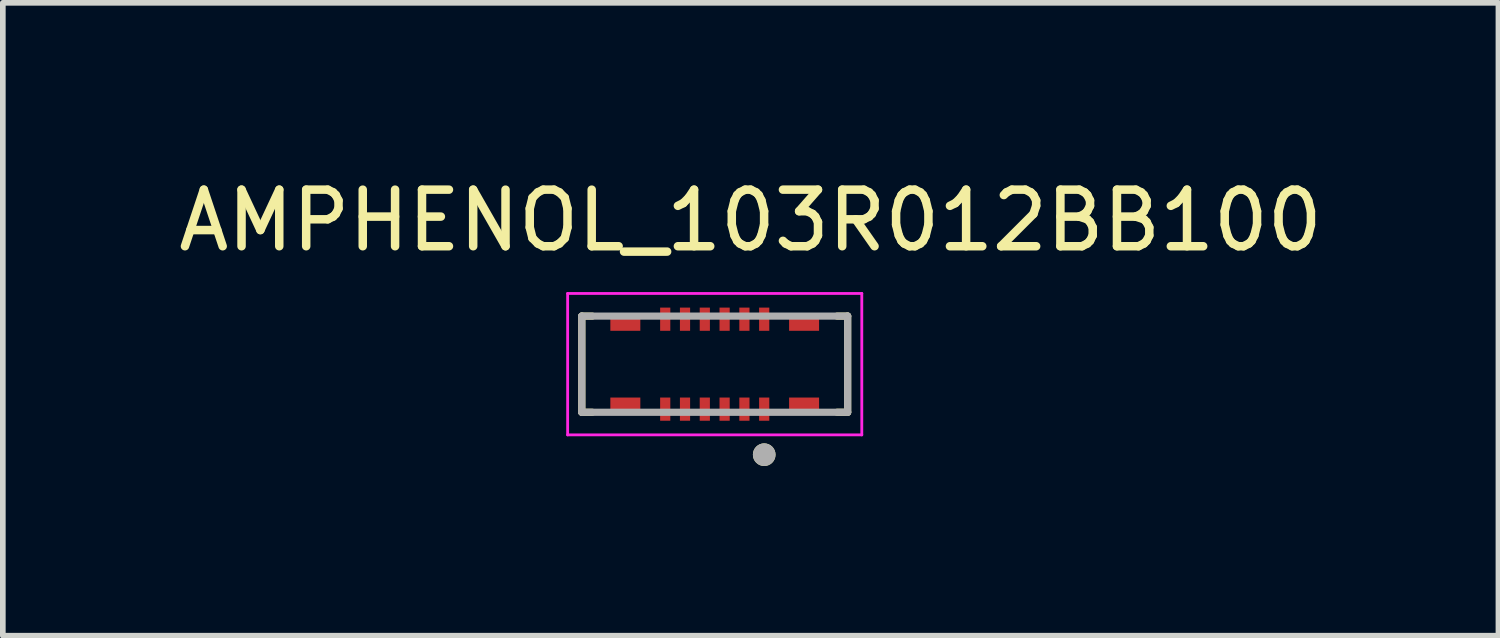
<source format=kicad_pcb>
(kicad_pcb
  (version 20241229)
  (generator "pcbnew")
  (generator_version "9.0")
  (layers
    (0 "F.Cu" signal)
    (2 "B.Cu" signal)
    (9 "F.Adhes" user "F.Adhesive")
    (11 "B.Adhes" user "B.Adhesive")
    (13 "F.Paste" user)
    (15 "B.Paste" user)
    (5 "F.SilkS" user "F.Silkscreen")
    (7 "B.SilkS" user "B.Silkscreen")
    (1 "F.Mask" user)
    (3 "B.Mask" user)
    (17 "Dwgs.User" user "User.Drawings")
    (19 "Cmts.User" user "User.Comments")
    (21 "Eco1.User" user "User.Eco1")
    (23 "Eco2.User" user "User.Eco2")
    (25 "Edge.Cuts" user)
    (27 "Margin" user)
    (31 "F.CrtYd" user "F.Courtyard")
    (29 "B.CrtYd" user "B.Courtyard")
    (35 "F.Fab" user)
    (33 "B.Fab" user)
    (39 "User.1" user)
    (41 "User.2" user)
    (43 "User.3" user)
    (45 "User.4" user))
  (footprint "AMPHENOL_103R012BB100"
    (layer "F.Cu")
    (at 9.585 3.388)
    (property "Reference" "AMPHENOL_103R012BB100" (at 0.635 -2.54 0) (layer "F.SilkS") (effects (font (size 1 1) (thickness 0.15))))
    (attr smd)
    (fp_poly (pts (xy -1.895 -0.95) (xy -1.265 -0.95) (xy -1.265 -0.54) (xy -1.895 -0.54)) (stroke (width 0.01) (type solid)) (fill yes) (layer "F.Mask"))
    (fp_poly (pts (xy -1.895 0.54) (xy -1.265 0.54) (xy -1.265 0.95) (xy -1.895 0.95)) (stroke (width 0.01) (type solid)) (fill yes) (layer "F.Mask"))
    (fp_poly (pts (xy -1.015 -1.05) (xy -0.735 -1.05) (xy -0.735 -0.54) (xy -1.015 -0.54)) (stroke (width 0.01) (type solid)) (fill yes) (layer "F.Mask"))
    (fp_poly (pts (xy -1.015 0.54) (xy -0.735 0.54) (xy -0.735 1.05) (xy -1.015 1.05)) (stroke (width 0.01) (type solid)) (fill yes) (layer "F.Mask"))
    (fp_poly (pts (xy -0.665 -1.05) (xy -0.385 -1.05) (xy -0.385 -0.54) (xy -0.665 -0.54)) (stroke (width 0.01) (type solid)) (fill yes) (layer "F.Mask"))
    (fp_poly (pts (xy -0.665 0.54) (xy -0.385 0.54) (xy -0.385 1.05) (xy -0.665 1.05)) (stroke (width 0.01) (type solid)) (fill yes) (layer "F.Mask"))
    (fp_poly (pts (xy -0.315 -1.05) (xy -0.035 -1.05) (xy -0.035 -0.54) (xy -0.315 -0.54)) (stroke (width 0.01) (type solid)) (fill yes) (layer "F.Mask"))
    (fp_poly (pts (xy -0.315 0.54) (xy -0.035 0.54) (xy -0.035 1.05) (xy -0.315 1.05)) (stroke (width 0.01) (type solid)) (fill yes) (layer "F.Mask"))
    (fp_poly (pts (xy 0.035 -1.05) (xy 0.315 -1.05) (xy 0.315 -0.54) (xy 0.035 -0.54)) (stroke (width 0.01) (type solid)) (fill yes) (layer "F.Mask"))
    (fp_poly (pts (xy 0.035 0.54) (xy 0.315 0.54) (xy 0.315 1.05) (xy 0.035 1.05)) (stroke (width 0.01) (type solid)) (fill yes) (layer "F.Mask"))
    (fp_poly (pts (xy 0.385 -1.05) (xy 0.665 -1.05) (xy 0.665 -0.54) (xy 0.385 -0.54)) (stroke (width 0.01) (type solid)) (fill yes) (layer "F.Mask"))
    (fp_poly (pts (xy 0.385 0.54) (xy 0.665 0.54) (xy 0.665 1.05) (xy 0.385 1.05)) (stroke (width 0.01) (type solid)) (fill yes) (layer "F.Mask"))
    (fp_poly (pts (xy 0.735 -1.05) (xy 1.015 -1.05) (xy 1.015 -0.54) (xy 0.735 -0.54)) (stroke (width 0.01) (type solid)) (fill yes) (layer "F.Mask"))
    (fp_poly (pts (xy 0.735 0.54) (xy 1.015 0.54) (xy 1.015 1.05) (xy 0.735 1.05)) (stroke (width 0.01) (type solid)) (fill yes) (layer "F.Mask"))
    (fp_poly (pts (xy 1.265 -0.95) (xy 1.895 -0.95) (xy 1.895 -0.54) (xy 1.265 -0.54)) (stroke (width 0.01) (type solid)) (fill yes) (layer "F.Mask"))
    (fp_poly (pts (xy 1.265 0.54) (xy 1.895 0.54) (xy 1.895 0.95) (xy 1.265 0.95)) (stroke (width 0.01) (type solid)) (fill yes) (layer "F.Mask"))
    (fp_line (start -2.35 -0.85) (end -2.165 -0.85) (stroke (width 0.127) (type solid)) (layer "F.SilkS"))
    (fp_line (start -2.35 0.85) (end -2.35 -0.85) (stroke (width 0.127) (type solid)) (layer "F.SilkS"))
    (fp_line (start -2.165 0.85) (end -2.35 0.85) (stroke (width 0.127) (type solid)) (layer "F.SilkS"))
    (fp_line (start 2.165 -0.85) (end 2.35 -0.85) (stroke (width 0.127) (type solid)) (layer "F.SilkS"))
    (fp_line (start 2.35 -0.85) (end 2.35 0.85) (stroke (width 0.127) (type solid)) (layer "F.SilkS"))
    (fp_line (start 2.35 0.85) (end 2.165 0.85) (stroke (width 0.127) (type solid)) (layer "F.SilkS"))
    (fp_circle (center 0.875 1.6) (end 0.975 1.6) (stroke (width 0.2) (type solid)) (fill no) (layer "F.SilkS"))
    (fp_poly (pts (xy -1.845 -0.9) (xy -1.315 -0.9) (xy -1.315 -0.59) (xy -1.845 -0.59)) (stroke (width 0.01) (type solid)) (fill yes) (layer "F.Paste"))
    (fp_poly (pts (xy -1.845 0.59) (xy -1.315 0.59) (xy -1.315 0.9) (xy -1.845 0.9)) (stroke (width 0.01) (type solid)) (fill yes) (layer "F.Paste"))
    (fp_poly (pts (xy -0.965 -1) (xy -0.785 -1) (xy -0.785 -0.59) (xy -0.965 -0.59)) (stroke (width 0.01) (type solid)) (fill yes) (layer "F.Paste"))
    (fp_poly (pts (xy -0.965 0.59) (xy -0.785 0.59) (xy -0.785 1) (xy -0.965 1)) (stroke (width 0.01) (type solid)) (fill yes) (layer "F.Paste"))
    (fp_poly (pts (xy -0.615 -1) (xy -0.435 -1) (xy -0.435 -0.59) (xy -0.615 -0.59)) (stroke (width 0.01) (type solid)) (fill yes) (layer "F.Paste"))
    (fp_poly (pts (xy -0.615 0.59) (xy -0.435 0.59) (xy -0.435 1) (xy -0.615 1)) (stroke (width 0.01) (type solid)) (fill yes) (layer "F.Paste"))
    (fp_poly (pts (xy -0.265 -1) (xy -0.085 -1) (xy -0.085 -0.59) (xy -0.265 -0.59)) (stroke (width 0.01) (type solid)) (fill yes) (layer "F.Paste"))
    (fp_poly (pts (xy -0.265 0.59) (xy -0.085 0.59) (xy -0.085 1) (xy -0.265 1)) (stroke (width 0.01) (type solid)) (fill yes) (layer "F.Paste"))
    (fp_poly (pts (xy 0.085 -1) (xy 0.265 -1) (xy 0.265 -0.59) (xy 0.085 -0.59)) (stroke (width 0.01) (type solid)) (fill yes) (layer "F.Paste"))
    (fp_poly (pts (xy 0.085 0.59) (xy 0.265 0.59) (xy 0.265 1) (xy 0.085 1)) (stroke (width 0.01) (type solid)) (fill yes) (layer "F.Paste"))
    (fp_poly (pts (xy 0.435 -1) (xy 0.615 -1) (xy 0.615 -0.59) (xy 0.435 -0.59)) (stroke (width 0.01) (type solid)) (fill yes) (layer "F.Paste"))
    (fp_poly (pts (xy 0.435 0.59) (xy 0.615 0.59) (xy 0.615 1) (xy 0.435 1)) (stroke (width 0.01) (type solid)) (fill yes) (layer "F.Paste"))
    (fp_poly (pts (xy 0.785 -1) (xy 0.965 -1) (xy 0.965 -0.59) (xy 0.785 -0.59)) (stroke (width 0.01) (type solid)) (fill yes) (layer "F.Paste"))
    (fp_poly (pts (xy 0.785 0.59) (xy 0.965 0.59) (xy 0.965 1) (xy 0.785 1)) (stroke (width 0.01) (type solid)) (fill yes) (layer "F.Paste"))
    (fp_poly (pts (xy 1.315 -0.9) (xy 1.845 -0.9) (xy 1.845 -0.59) (xy 1.315 -0.59)) (stroke (width 0.01) (type solid)) (fill yes) (layer "F.Paste"))
    (fp_poly (pts (xy 1.315 0.59) (xy 1.845 0.59) (xy 1.845 0.9) (xy 1.315 0.9)) (stroke (width 0.01) (type solid)) (fill yes) (layer "F.Paste"))
    (fp_line (start -2.6 -1.25) (end -2.6 1.25) (stroke (width 0.05) (type solid)) (layer "F.CrtYd"))
    (fp_line (start -2.6 1.25) (end 2.6 1.25) (stroke (width 0.05) (type solid)) (layer "F.CrtYd"))
    (fp_line (start 2.6 -1.25) (end -2.6 -1.25) (stroke (width 0.05) (type solid)) (layer "F.CrtYd"))
    (fp_line (start 2.6 1.25) (end 2.6 -1.25) (stroke (width 0.05) (type solid)) (layer "F.CrtYd"))
    (fp_line (start -2.35 -0.85) (end 2.35 -0.85) (stroke (width 0.127) (type solid)) (layer "F.Fab"))
    (fp_line (start -2.35 0.85) (end -2.35 -0.85) (stroke (width 0.127) (type solid)) (layer "F.Fab"))
    (fp_line (start 2.35 -0.85) (end 2.35 0.85) (stroke (width 0.127) (type solid)) (layer "F.Fab"))
    (fp_line (start 2.35 0.85) (end -2.35 0.85) (stroke (width 0.127) (type solid)) (layer "F.Fab"))
    (fp_circle (center 0.875 1.6) (end 0.975 1.6) (stroke (width 0.2) (type solid)) (fill no) (layer "F.Fab"))
    (pad "1" smd rect (at 0.875 0.795) (size 0.18 0.41) (layers "F.Cu"))
    (pad "2" smd rect (at 0.875 -0.795) (size 0.18 0.41) (layers "F.Cu"))
    (pad "3" smd rect (at 0.525 0.795) (size 0.18 0.41) (layers "F.Cu"))
    (pad "4" smd rect (at 0.525 -0.795) (size 0.18 0.41) (layers "F.Cu"))
    (pad "5" smd rect (at 0.175 0.795) (size 0.18 0.41) (layers "F.Cu"))
    (pad "6" smd rect (at 0.175 -0.795) (size 0.18 0.41) (layers "F.Cu"))
    (pad "7" smd rect (at -0.175 0.795) (size 0.18 0.41) (layers "F.Cu"))
    (pad "8" smd rect (at -0.175 -0.795) (size 0.18 0.41) (layers "F.Cu"))
    (pad "9" smd rect (at -0.525 0.795) (size 0.18 0.41) (layers "F.Cu"))
    (pad "10" smd rect (at -0.525 -0.795) (size 0.18 0.41) (layers "F.Cu"))
    (pad "11" smd rect (at -0.875 0.795) (size 0.18 0.41) (layers "F.Cu"))
    (pad "12" smd rect (at -0.875 -0.795) (size 0.18 0.41) (layers "F.Cu"))
    (pad "SH1" smd rect (at -1.58 -0.745) (size 0.53 0.31) (layers "F.Cu"))
    (pad "SH2" smd rect (at -1.58 0.745) (size 0.53 0.31) (layers "F.Cu"))
    (pad "SH3" smd rect (at 1.58 -0.745) (size 0.53 0.31) (layers "F.Cu"))
    (pad "SH4" smd rect (at 1.58 0.745) (size 0.53 0.31) (layers "F.Cu"))
    (zone (net_name "") (layer "F.Cu") (hatch full 0.508) (connect_pads) (min_thickness 0.01) (filled_areas_thickness no) (keepout (tracks not_allowed) (vias not_allowed) (pads not_allowed) (copperpour not_allowed) (footprints allowed)) (placement (enabled no)) (fill) (polygon (pts (xy 8.27 2.798) (xy 10.9 2.798) (xy 10.9 3.978) (xy 8.27 3.978))))
    (zone (net_name "") (layers "F.Cu" "B.Cu") (hatch full 0.508) (connect_pads) (min_thickness 0.01) (filled_areas_thickness no) (keepout (tracks allowed) (vias not_allowed) (pads allowed) (copperpour allowed) (footprints allowed)) (placement (enabled no)) (fill) (polygon (pts (xy 8.27 2.798) (xy 10.9 2.798) (xy 10.9 3.978) (xy 8.27 3.978)))))
  (gr_rect
    (start -3 -3)
    (end 23.44 8.188)
    (stroke (width 0.1) (type default))
    (fill no)
    (layer "Edge.Cuts")))
</source>
